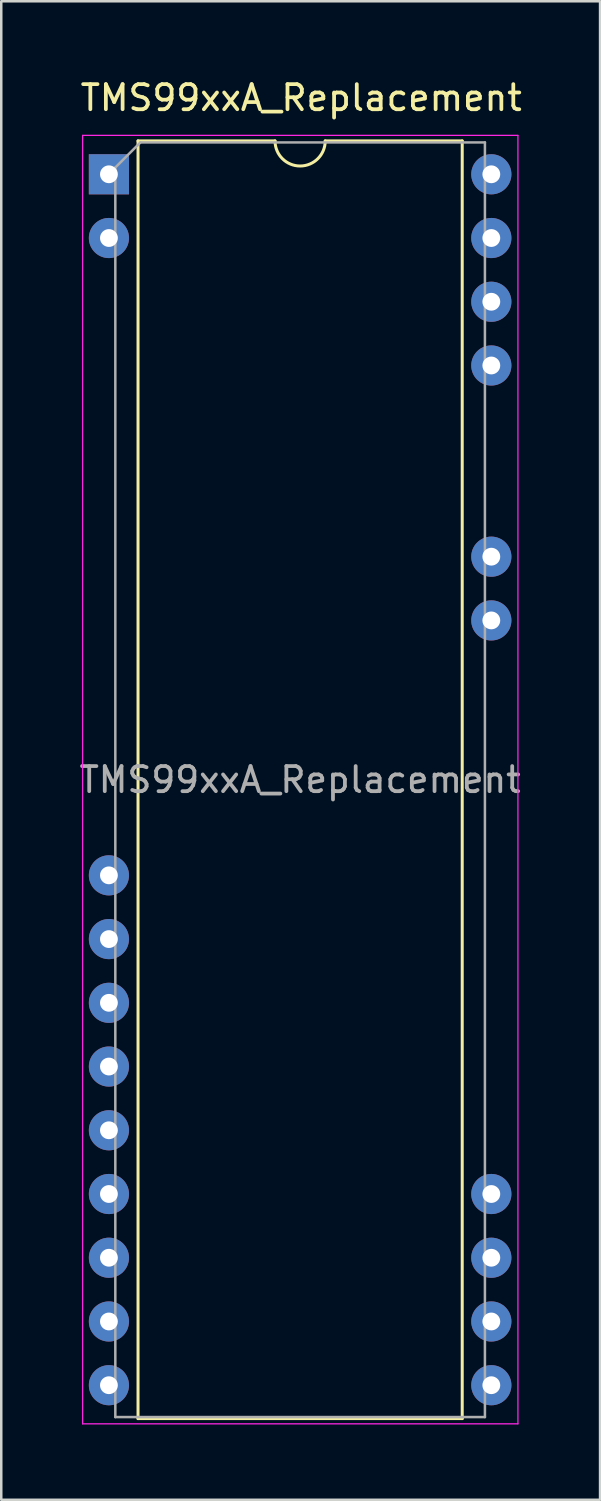
<source format=kicad_pcb>
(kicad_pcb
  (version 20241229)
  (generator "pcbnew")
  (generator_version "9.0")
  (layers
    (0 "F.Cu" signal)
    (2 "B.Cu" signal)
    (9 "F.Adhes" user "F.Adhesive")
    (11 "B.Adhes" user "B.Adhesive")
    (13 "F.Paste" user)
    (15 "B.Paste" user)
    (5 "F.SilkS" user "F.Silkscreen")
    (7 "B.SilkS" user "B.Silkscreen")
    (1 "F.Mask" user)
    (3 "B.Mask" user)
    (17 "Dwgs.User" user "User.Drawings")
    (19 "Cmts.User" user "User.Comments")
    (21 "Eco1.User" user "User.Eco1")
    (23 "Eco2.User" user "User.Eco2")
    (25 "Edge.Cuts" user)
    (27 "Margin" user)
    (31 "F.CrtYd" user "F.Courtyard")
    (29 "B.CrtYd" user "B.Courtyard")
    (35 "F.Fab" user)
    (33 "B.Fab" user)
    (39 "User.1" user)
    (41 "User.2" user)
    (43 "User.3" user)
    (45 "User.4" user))
  (footprint "TMS99xxA_Replacement"
    (layer "F.Cu")
    (at 8.955 27.518)
    (property "Reference" "TMS99xxA_Replacement" (at 0 -26.67 0) (unlocked yes) (layer "F.SilkS") (effects (font (size 1 1) (thickness 0.15))))
    (attr through_hole)
    (fp_line (start -6.504 -24.952) (end -6.504 25.968) (stroke (width 0.12) (type solid)) (layer "F.SilkS"))
    (fp_line (start -6.504 25.968) (end 6.416 25.968) (stroke (width 0.12) (type solid)) (layer "F.SilkS"))
    (fp_line (start -1.044 -24.952) (end -6.504 -24.952) (stroke (width 0.12) (type solid)) (layer "F.SilkS"))
    (fp_line (start 6.416 -24.952) (end 0.956 -24.952) (stroke (width 0.12) (type solid)) (layer "F.SilkS"))
    (fp_line (start 6.416 25.968) (end 6.416 -24.952) (stroke (width 0.12) (type solid)) (layer "F.SilkS"))
    (fp_arc (start 0.956 -24.952) (mid -0.044 -23.952) (end -1.044 -24.952) (stroke (width 0.12) (type solid)) (layer "F.SilkS"))
    (fp_line (start -8.714 -25.172) (end -8.714 26.178) (stroke (width 0.05) (type solid)) (layer "F.CrtYd"))
    (fp_line (start -8.714 26.178) (end 8.636 26.178) (stroke (width 0.05) (type solid)) (layer "F.CrtYd"))
    (fp_line (start 8.636 -25.172) (end -8.714 -25.172) (stroke (width 0.05) (type solid)) (layer "F.CrtYd"))
    (fp_line (start 8.636 26.178) (end 8.636 -25.172) (stroke (width 0.05) (type solid)) (layer "F.CrtYd"))
    (fp_line (start -7.409 -23.892) (end -6.409 -24.892) (stroke (width 0.1) (type solid)) (layer "F.Fab"))
    (fp_line (start -7.409 25.908) (end -7.409 -23.892) (stroke (width 0.1) (type solid)) (layer "F.Fab"))
    (fp_line (start -6.409 -24.892) (end 7.321 -24.892) (stroke (width 0.1) (type solid)) (layer "F.Fab"))
    (fp_line (start 7.321 -24.892) (end 7.321 25.908) (stroke (width 0.1) (type solid)) (layer "F.Fab"))
    (fp_line (start 7.321 25.908) (end -7.409 25.908) (stroke (width 0.1) (type solid)) (layer "F.Fab"))
    (fp_text user "${REFERENCE}" (at -0.044 0.508 0) (layer "F.Fab") (effects (font (size 1 1) (thickness 0.15))))
    (pad "" thru_hole rect (at -7.664 -23.622) (size 1.6 1.6) (drill 0.71) (layers "*.Cu" "*.Mask"))
    (pad "" thru_hole oval (at -7.664 -21.082) (size 1.6 1.6) (drill 0.71) (layers "*.Cu" "*.Mask"))
    (pad "" thru_hole oval (at 7.576 -23.622) (size 1.6 1.6) (drill 0.71) (layers "*.Cu" "*.Mask"))
    (pad "" thru_hole oval (at 7.576 -21.082) (size 1.6 1.6) (drill 0.71) (layers "*.Cu" "*.Mask"))
    (pad "12" thru_hole oval (at -7.664 4.318) (size 1.6 1.6) (drill 0.71) (layers "*.Cu" "*.Mask"))
    (pad "13" thru_hole oval (at -7.664 6.858) (size 1.6 1.6) (drill 0.71) (layers "*.Cu" "*.Mask"))
    (pad "14" thru_hole oval (at -7.664 9.398) (size 1.6 1.6) (drill 0.71) (layers "*.Cu" "*.Mask"))
    (pad "15" thru_hole oval (at -7.664 11.938) (size 1.6 1.6) (drill 0.71) (layers "*.Cu" "*.Mask"))
    (pad "16" thru_hole oval (at -7.664 14.478) (size 1.6 1.6) (drill 0.71) (layers "*.Cu" "*.Mask"))
    (pad "17" thru_hole oval (at -7.664 17.018) (size 1.6 1.6) (drill 0.71) (layers "*.Cu" "*.Mask"))
    (pad "18" thru_hole oval (at -7.664 19.558) (size 1.6 1.6) (drill 0.71) (layers "*.Cu" "*.Mask"))
    (pad "19" thru_hole oval (at -7.664 22.098) (size 1.6 1.6) (drill 0.71) (layers "*.Cu" "*.Mask"))
    (pad "20" thru_hole oval (at -7.664 24.638) (size 1.6 1.6) (drill 0.71) (layers "*.Cu" "*.Mask"))
    (pad "21" thru_hole oval (at 7.576 24.638) (size 1.6 1.6) (drill 0.71) (layers "*.Cu" "*.Mask"))
    (pad "22" thru_hole oval (at 7.576 22.098) (size 1.6 1.6) (drill 0.71) (layers "*.Cu" "*.Mask"))
    (pad "23" thru_hole oval (at 7.576 19.558) (size 1.6 1.6) (drill 0.71) (layers "*.Cu" "*.Mask"))
    (pad "24" thru_hole oval (at 7.576 17.018) (size 1.6 1.6) (drill 0.71) (layers "*.Cu" "*.Mask"))
    (pad "33" thru_hole oval (at 7.576 -5.842) (size 1.6 1.6) (drill 0.71) (layers "*.Cu" "*.Mask"))
    (pad "34" thru_hole oval (at 7.576 -8.382) (size 1.6 1.6) (drill 0.71) (layers "*.Cu" "*.Mask"))
    (pad "37" thru_hole oval (at 7.576 -16.002) (size 1.6 1.6) (drill 0.71) (layers "*.Cu" "*.Mask"))
    (pad "38" thru_hole oval (at 7.576 -18.542) (size 1.6 1.6) (drill 0.71) (layers "*.Cu" "*.Mask")))
  (gr_rect
    (start -3 -3)
    (end 20.865 56.721)
    (stroke (width 0.1) (type default))
    (fill no)
    (layer "Edge.Cuts")))
</source>
